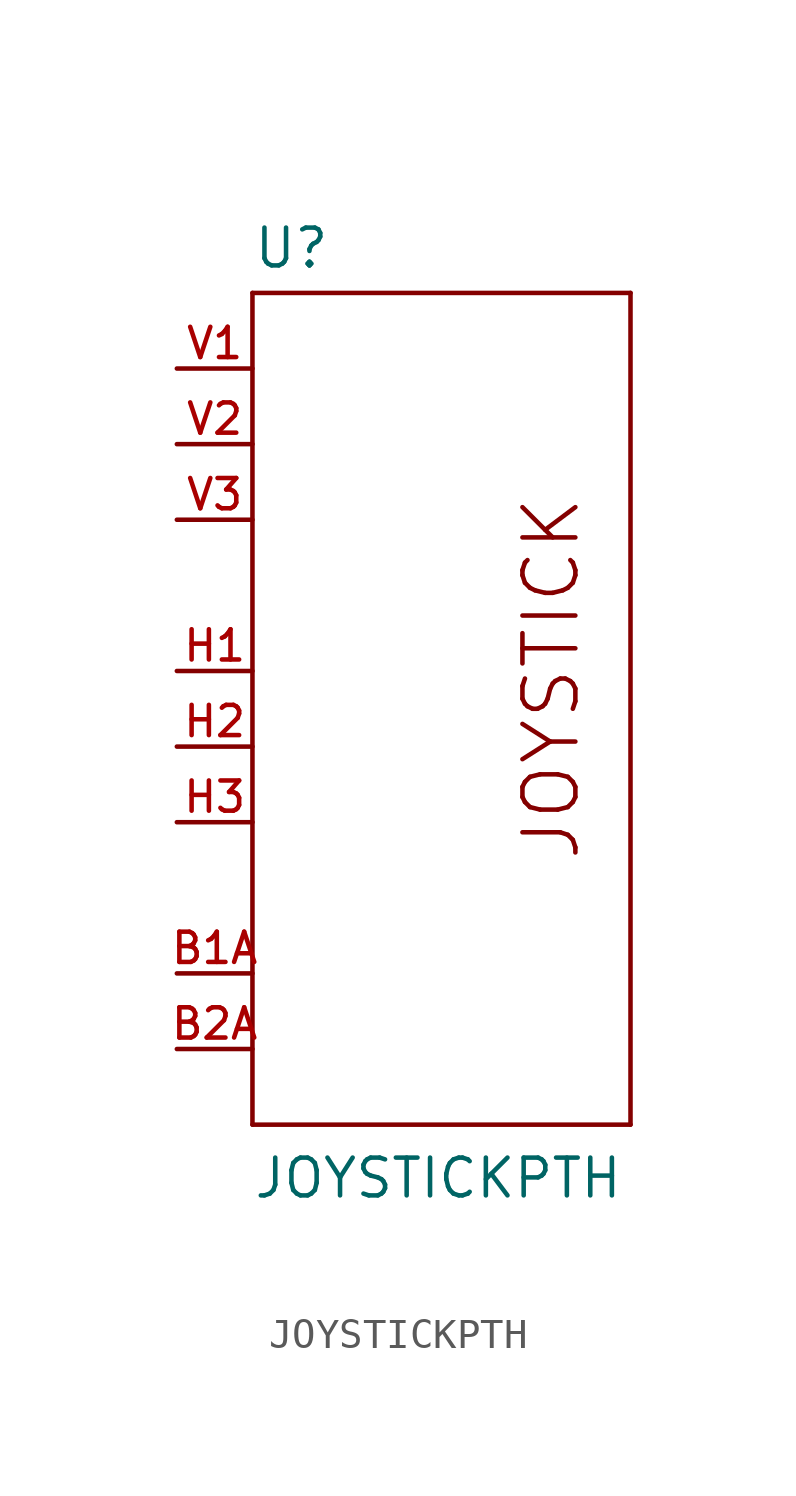
<source format=kicad_sym>
(kicad_symbol_lib
  (version 20211014)
  (generator kicad_symbol_editor)
  (symbol "JOYSTICKPTH"
    (pin_names
      (offset 1.016) hide)
    (property "Reference" "U"
      (at -7.62 13.462 0)
      (effects (font (size 1.27 1.27)) (justify left bottom)))
    (property "Value" "JOYSTICKPTH"
      (at -7.62 -17.78 0)
      (effects (font (size 1.27 1.27)) (justify left bottom)))
    (property "ki_locked" ""
      (at 0 0 0)
      (effects (font (size 1.27 1.27))))
    (symbol "JOYSTICKPTH_1_0"
      (polyline (pts (xy -7.62 -15.24) (xy -7.62 12.7)) (stroke (width 0) (type default) (color 0 0 0 0)) (fill (type none)))
      (polyline (pts (xy -7.62 12.7) (xy 5.08 12.7)) (stroke (width 0) (type default) (color 0 0 0 0)) (fill (type none)))
      (polyline (pts (xy 5.08 -15.24) (xy -7.62 -15.24)) (stroke (width 0) (type default) (color 0 0 0 0)) (fill (type none)))
      (polyline (pts (xy 5.08 12.7) (xy 5.08 -15.24)) (stroke (width 0) (type default) (color 0 0 0 0)) (fill (type none)))
      (text "JOYSTICK" (at 2.413 -0.254 900) (effects (font (size 1.778 1.778)))))
    (symbol "JOYSTICKPTH_1_1"
      (pin bidirectional line (at -10.16 -10.16 0) (length 2.54) (name "SEL+" (effects (font (size 1.016 1.016)))) (number "B1A" (effects (font (size 1.016 1.016)))))
      (pin bidirectional line (at -10.16 -12.7 0) (length 2.54) (name "SEL-" (effects (font (size 1.016 1.016)))) (number "B2A" (effects (font (size 1.016 1.016)))))
      (pin bidirectional line (at -10.16 0 0) (length 2.54) (name "H+" (effects (font (size 1.016 1.016)))) (number "H1" (effects (font (size 1.016 1.016)))))
      (pin bidirectional line (at -10.16 -2.54 0) (length 2.54) (name "H" (effects (font (size 1.016 1.016)))) (number "H2" (effects (font (size 1.016 1.016)))))
      (pin bidirectional line (at -10.16 -5.08 0) (length 2.54) (name "H-" (effects (font (size 1.016 1.016)))) (number "H3" (effects (font (size 1.016 1.016)))))
      (pin bidirectional line (at -10.16 10.16 0) (length 2.54) (name "V+" (effects (font (size 1.016 1.016)))) (number "V1" (effects (font (size 1.016 1.016)))))
      (pin bidirectional line (at -10.16 7.62 0) (length 2.54) (name "V" (effects (font (size 1.016 1.016)))) (number "V2" (effects (font (size 1.016 1.016)))))
      (pin bidirectional line (at -10.16 5.08 0) (length 2.54) (name "V-" (effects (font (size 1.016 1.016)))) (number "V3" (effects (font (size 1.016 1.016))))))))
</source>
